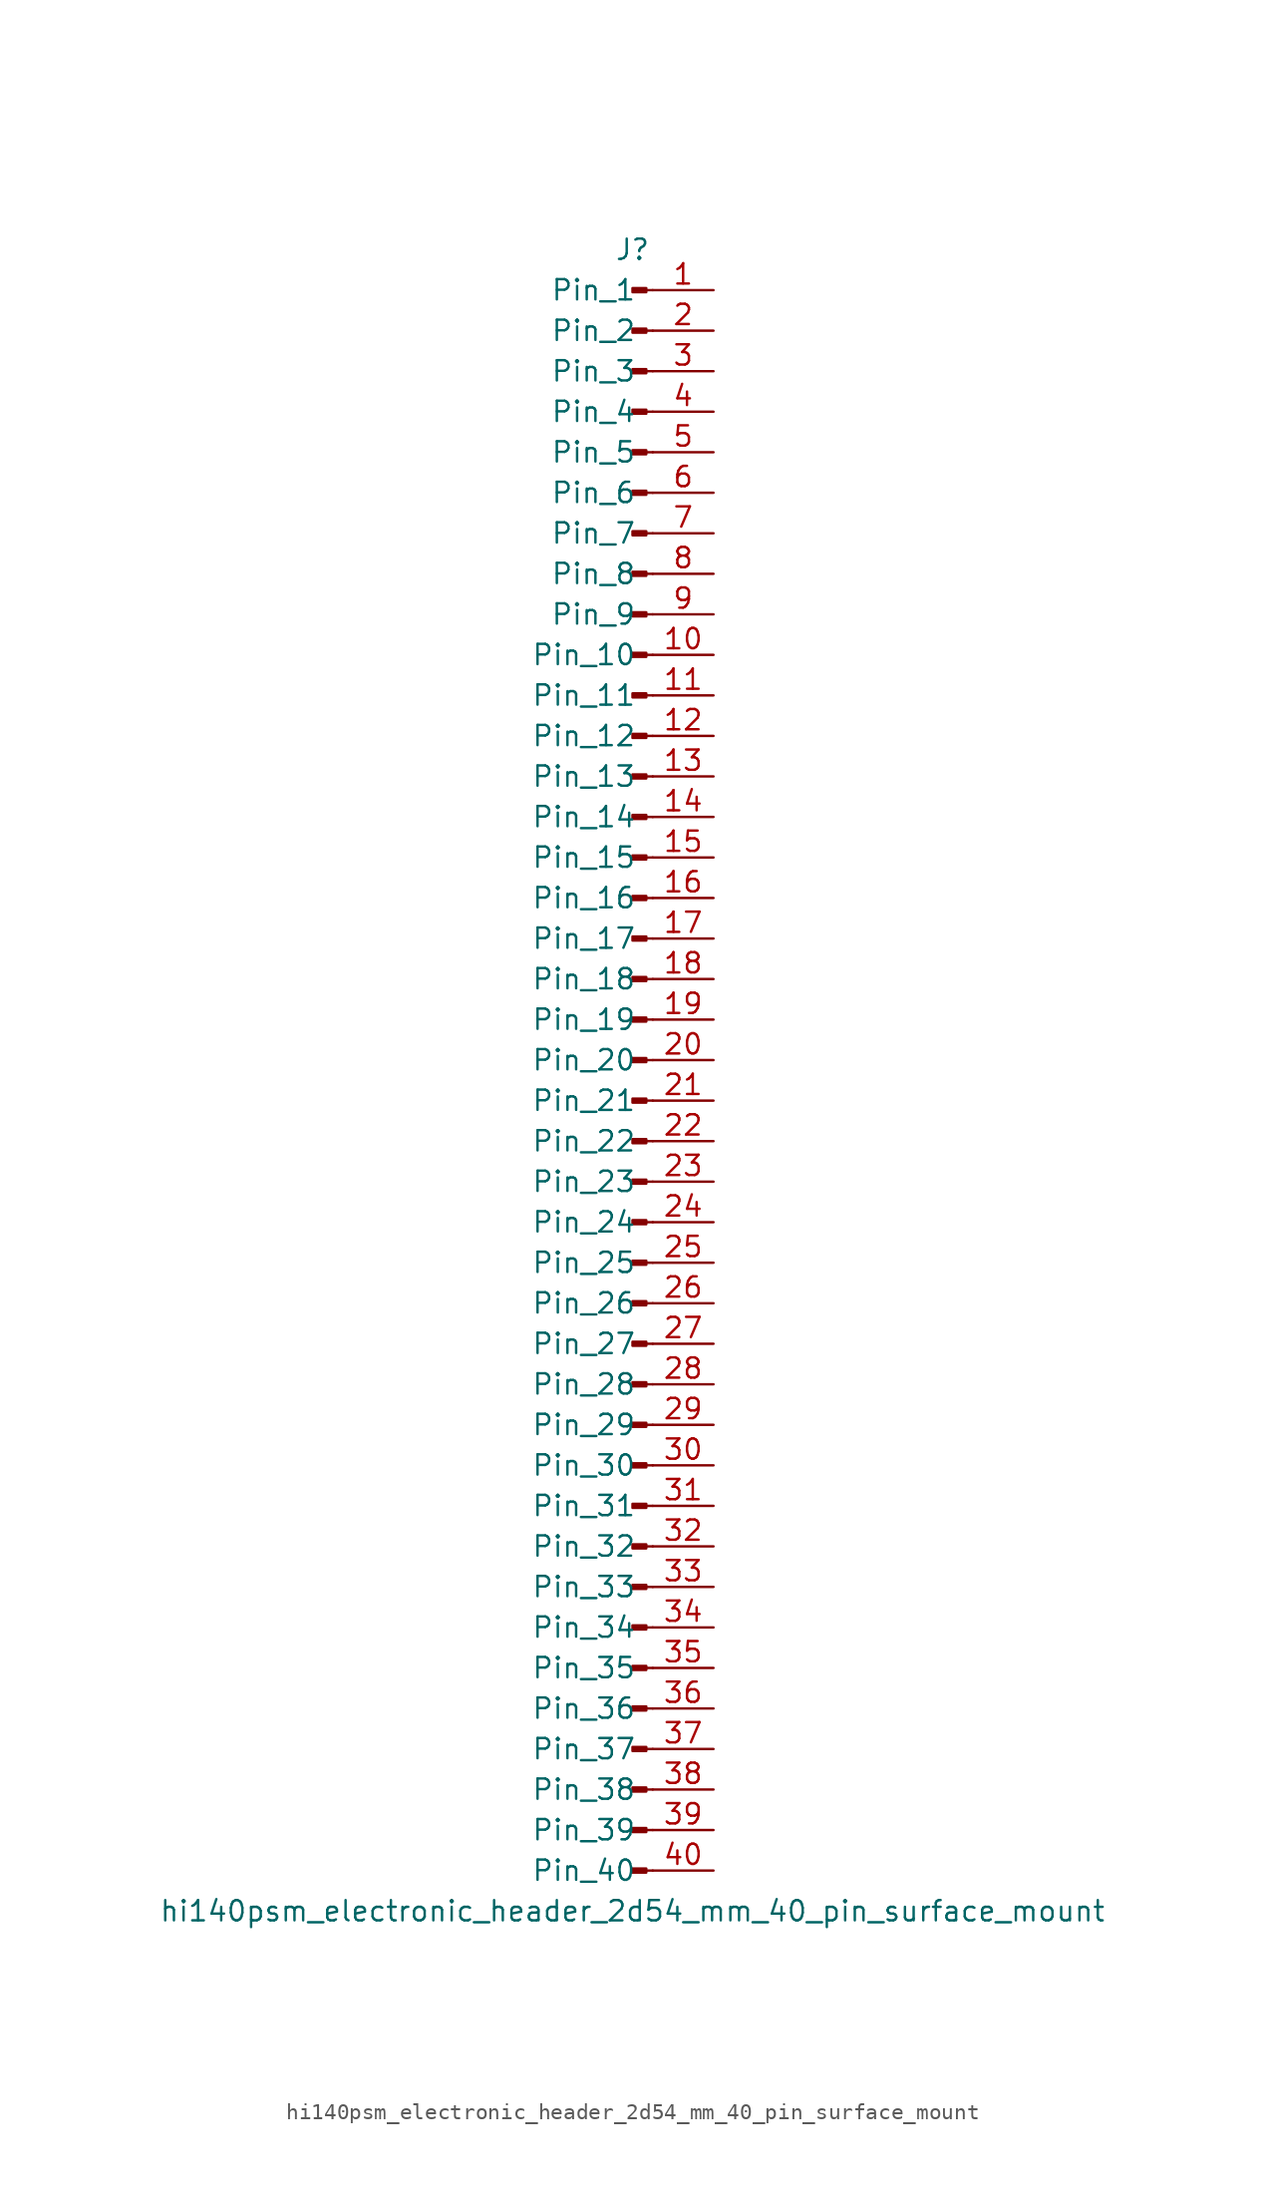
<source format=kicad_sym>
(kicad_symbol_lib
  (version 20220914)
  (generator kicad_symbol_editor)
  (symbol "hi140psm_electronic_header_2d54_mm_40_pin_surface_mount"
    (pin_names
      (offset 1.016))
    (property "Reference" "J"
      (at 0 50.8 0)
      (effects (font (size 1.27 1.27))))
    (property "Value" "hi140psm_electronic_header_2d54_mm_40_pin_surface_mount"
      (at 0 -53.34 0)
      (effects (font (size 1.27 1.27))))
    (property "ki_locked" ""
      (at 0 0 0)
      (effects (font (size 1.27 1.27))))
    (symbol "hi140psm_electronic_header_2d54_mm_40_pin_surface_mount_1_1"
      (polyline (pts (xy 1.27 -50.8) (xy 0.864 -50.8)) (stroke (width 0.152) (type default)) (fill (type none)))
      (polyline (pts (xy 1.27 -48.26) (xy 0.864 -48.26)) (stroke (width 0.152) (type default)) (fill (type none)))
      (polyline (pts (xy 1.27 -45.72) (xy 0.864 -45.72)) (stroke (width 0.152) (type default)) (fill (type none)))
      (polyline (pts (xy 1.27 -43.18) (xy 0.864 -43.18)) (stroke (width 0.152) (type default)) (fill (type none)))
      (polyline (pts (xy 1.27 -40.64) (xy 0.864 -40.64)) (stroke (width 0.152) (type default)) (fill (type none)))
      (polyline (pts (xy 1.27 -38.1) (xy 0.864 -38.1)) (stroke (width 0.152) (type default)) (fill (type none)))
      (polyline (pts (xy 1.27 -35.56) (xy 0.864 -35.56)) (stroke (width 0.152) (type default)) (fill (type none)))
      (polyline (pts (xy 1.27 -33.02) (xy 0.864 -33.02)) (stroke (width 0.152) (type default)) (fill (type none)))
      (polyline (pts (xy 1.27 -30.48) (xy 0.864 -30.48)) (stroke (width 0.152) (type default)) (fill (type none)))
      (polyline (pts (xy 1.27 -27.94) (xy 0.864 -27.94)) (stroke (width 0.152) (type default)) (fill (type none)))
      (polyline (pts (xy 1.27 -25.4) (xy 0.864 -25.4)) (stroke (width 0.152) (type default)) (fill (type none)))
      (polyline (pts (xy 1.27 -22.86) (xy 0.864 -22.86)) (stroke (width 0.152) (type default)) (fill (type none)))
      (polyline (pts (xy 1.27 -20.32) (xy 0.864 -20.32)) (stroke (width 0.152) (type default)) (fill (type none)))
      (polyline (pts (xy 1.27 -17.78) (xy 0.864 -17.78)) (stroke (width 0.152) (type default)) (fill (type none)))
      (polyline (pts (xy 1.27 -15.24) (xy 0.864 -15.24)) (stroke (width 0.152) (type default)) (fill (type none)))
      (polyline (pts (xy 1.27 -12.7) (xy 0.864 -12.7)) (stroke (width 0.152) (type default)) (fill (type none)))
      (polyline (pts (xy 1.27 -10.16) (xy 0.864 -10.16)) (stroke (width 0.152) (type default)) (fill (type none)))
      (polyline (pts (xy 1.27 -7.62) (xy 0.864 -7.62)) (stroke (width 0.152) (type default)) (fill (type none)))
      (polyline (pts (xy 1.27 -5.08) (xy 0.864 -5.08)) (stroke (width 0.152) (type default)) (fill (type none)))
      (polyline (pts (xy 1.27 -2.54) (xy 0.864 -2.54)) (stroke (width 0.152) (type default)) (fill (type none)))
      (polyline (pts (xy 1.27 0) (xy 0.864 0)) (stroke (width 0.152) (type default)) (fill (type none)))
      (polyline (pts (xy 1.27 2.54) (xy 0.864 2.54)) (stroke (width 0.152) (type default)) (fill (type none)))
      (polyline (pts (xy 1.27 5.08) (xy 0.864 5.08)) (stroke (width 0.152) (type default)) (fill (type none)))
      (polyline (pts (xy 1.27 7.62) (xy 0.864 7.62)) (stroke (width 0.152) (type default)) (fill (type none)))
      (polyline (pts (xy 1.27 10.16) (xy 0.864 10.16)) (stroke (width 0.152) (type default)) (fill (type none)))
      (polyline (pts (xy 1.27 12.7) (xy 0.864 12.7)) (stroke (width 0.152) (type default)) (fill (type none)))
      (polyline (pts (xy 1.27 15.24) (xy 0.864 15.24)) (stroke (width 0.152) (type default)) (fill (type none)))
      (polyline (pts (xy 1.27 17.78) (xy 0.864 17.78)) (stroke (width 0.152) (type default)) (fill (type none)))
      (polyline (pts (xy 1.27 20.32) (xy 0.864 20.32)) (stroke (width 0.152) (type default)) (fill (type none)))
      (polyline (pts (xy 1.27 22.86) (xy 0.864 22.86)) (stroke (width 0.152) (type default)) (fill (type none)))
      (polyline (pts (xy 1.27 25.4) (xy 0.864 25.4)) (stroke (width 0.152) (type default)) (fill (type none)))
      (polyline (pts (xy 1.27 27.94) (xy 0.864 27.94)) (stroke (width 0.152) (type default)) (fill (type none)))
      (polyline (pts (xy 1.27 30.48) (xy 0.864 30.48)) (stroke (width 0.152) (type default)) (fill (type none)))
      (polyline (pts (xy 1.27 33.02) (xy 0.864 33.02)) (stroke (width 0.152) (type default)) (fill (type none)))
      (polyline (pts (xy 1.27 35.56) (xy 0.864 35.56)) (stroke (width 0.152) (type default)) (fill (type none)))
      (polyline (pts (xy 1.27 38.1) (xy 0.864 38.1)) (stroke (width 0.152) (type default)) (fill (type none)))
      (polyline (pts (xy 1.27 40.64) (xy 0.864 40.64)) (stroke (width 0.152) (type default)) (fill (type none)))
      (polyline (pts (xy 1.27 43.18) (xy 0.864 43.18)) (stroke (width 0.152) (type default)) (fill (type none)))
      (polyline (pts (xy 1.27 45.72) (xy 0.864 45.72)) (stroke (width 0.152) (type default)) (fill (type none)))
      (polyline (pts (xy 1.27 48.26) (xy 0.864 48.26)) (stroke (width 0.152) (type default)) (fill (type none)))
      (rectangle (start 0.864 -50.673) (end 0 -50.927) (stroke (width 0.152) (type default)) (fill (type outline)))
      (rectangle (start 0.864 -48.133) (end 0 -48.387) (stroke (width 0.152) (type default)) (fill (type outline)))
      (rectangle (start 0.864 -45.593) (end 0 -45.847) (stroke (width 0.152) (type default)) (fill (type outline)))
      (rectangle (start 0.864 -43.053) (end 0 -43.307) (stroke (width 0.152) (type default)) (fill (type outline)))
      (rectangle (start 0.864 -40.513) (end 0 -40.767) (stroke (width 0.152) (type default)) (fill (type outline)))
      (rectangle (start 0.864 -37.973) (end 0 -38.227) (stroke (width 0.152) (type default)) (fill (type outline)))
      (rectangle (start 0.864 -35.433) (end 0 -35.687) (stroke (width 0.152) (type default)) (fill (type outline)))
      (rectangle (start 0.864 -32.893) (end 0 -33.147) (stroke (width 0.152) (type default)) (fill (type outline)))
      (rectangle (start 0.864 -30.353) (end 0 -30.607) (stroke (width 0.152) (type default)) (fill (type outline)))
      (rectangle (start 0.864 -27.813) (end 0 -28.067) (stroke (width 0.152) (type default)) (fill (type outline)))
      (rectangle (start 0.864 -25.273) (end 0 -25.527) (stroke (width 0.152) (type default)) (fill (type outline)))
      (rectangle (start 0.864 -22.733) (end 0 -22.987) (stroke (width 0.152) (type default)) (fill (type outline)))
      (rectangle (start 0.864 -20.193) (end 0 -20.447) (stroke (width 0.152) (type default)) (fill (type outline)))
      (rectangle (start 0.864 -17.653) (end 0 -17.907) (stroke (width 0.152) (type default)) (fill (type outline)))
      (rectangle (start 0.864 -15.113) (end 0 -15.367) (stroke (width 0.152) (type default)) (fill (type outline)))
      (rectangle (start 0.864 -12.573) (end 0 -12.827) (stroke (width 0.152) (type default)) (fill (type outline)))
      (rectangle (start 0.864 -10.033) (end 0 -10.287) (stroke (width 0.152) (type default)) (fill (type outline)))
      (rectangle (start 0.864 -7.493) (end 0 -7.747) (stroke (width 0.152) (type default)) (fill (type outline)))
      (rectangle (start 0.864 -4.953) (end 0 -5.207) (stroke (width 0.152) (type default)) (fill (type outline)))
      (rectangle (start 0.864 -2.413) (end 0 -2.667) (stroke (width 0.152) (type default)) (fill (type outline)))
      (rectangle (start 0.864 0.127) (end 0 -0.127) (stroke (width 0.152) (type default)) (fill (type outline)))
      (rectangle (start 0.864 2.667) (end 0 2.413) (stroke (width 0.152) (type default)) (fill (type outline)))
      (rectangle (start 0.864 5.207) (end 0 4.953) (stroke (width 0.152) (type default)) (fill (type outline)))
      (rectangle (start 0.864 7.747) (end 0 7.493) (stroke (width 0.152) (type default)) (fill (type outline)))
      (rectangle (start 0.864 10.287) (end 0 10.033) (stroke (width 0.152) (type default)) (fill (type outline)))
      (rectangle (start 0.864 12.827) (end 0 12.573) (stroke (width 0.152) (type default)) (fill (type outline)))
      (rectangle (start 0.864 15.367) (end 0 15.113) (stroke (width 0.152) (type default)) (fill (type outline)))
      (rectangle (start 0.864 17.907) (end 0 17.653) (stroke (width 0.152) (type default)) (fill (type outline)))
      (rectangle (start 0.864 20.447) (end 0 20.193) (stroke (width 0.152) (type default)) (fill (type outline)))
      (rectangle (start 0.864 22.987) (end 0 22.733) (stroke (width 0.152) (type default)) (fill (type outline)))
      (rectangle (start 0.864 25.527) (end 0 25.273) (stroke (width 0.152) (type default)) (fill (type outline)))
      (rectangle (start 0.864 28.067) (end 0 27.813) (stroke (width 0.152) (type default)) (fill (type outline)))
      (rectangle (start 0.864 30.607) (end 0 30.353) (stroke (width 0.152) (type default)) (fill (type outline)))
      (rectangle (start 0.864 33.147) (end 0 32.893) (stroke (width 0.152) (type default)) (fill (type outline)))
      (rectangle (start 0.864 35.687) (end 0 35.433) (stroke (width 0.152) (type default)) (fill (type outline)))
      (rectangle (start 0.864 38.227) (end 0 37.973) (stroke (width 0.152) (type default)) (fill (type outline)))
      (rectangle (start 0.864 40.767) (end 0 40.513) (stroke (width 0.152) (type default)) (fill (type outline)))
      (rectangle (start 0.864 43.307) (end 0 43.053) (stroke (width 0.152) (type default)) (fill (type outline)))
      (rectangle (start 0.864 45.847) (end 0 45.593) (stroke (width 0.152) (type default)) (fill (type outline)))
      (rectangle (start 0.864 48.387) (end 0 48.133) (stroke (width 0.152) (type default)) (fill (type outline)))
      (pin passive line (at 5.08 48.26 180) (length 3.81) (name "Pin_1" (effects (font (size 1.27 1.27)))) (number "1" (effects (font (size 1.27 1.27)))))
      (pin passive line (at 5.08 25.4 180) (length 3.81) (name "Pin_10" (effects (font (size 1.27 1.27)))) (number "10" (effects (font (size 1.27 1.27)))))
      (pin passive line (at 5.08 22.86 180) (length 3.81) (name "Pin_11" (effects (font (size 1.27 1.27)))) (number "11" (effects (font (size 1.27 1.27)))))
      (pin passive line (at 5.08 20.32 180) (length 3.81) (name "Pin_12" (effects (font (size 1.27 1.27)))) (number "12" (effects (font (size 1.27 1.27)))))
      (pin passive line (at 5.08 17.78 180) (length 3.81) (name "Pin_13" (effects (font (size 1.27 1.27)))) (number "13" (effects (font (size 1.27 1.27)))))
      (pin passive line (at 5.08 15.24 180) (length 3.81) (name "Pin_14" (effects (font (size 1.27 1.27)))) (number "14" (effects (font (size 1.27 1.27)))))
      (pin passive line (at 5.08 12.7 180) (length 3.81) (name "Pin_15" (effects (font (size 1.27 1.27)))) (number "15" (effects (font (size 1.27 1.27)))))
      (pin passive line (at 5.08 10.16 180) (length 3.81) (name "Pin_16" (effects (font (size 1.27 1.27)))) (number "16" (effects (font (size 1.27 1.27)))))
      (pin passive line (at 5.08 7.62 180) (length 3.81) (name "Pin_17" (effects (font (size 1.27 1.27)))) (number "17" (effects (font (size 1.27 1.27)))))
      (pin passive line (at 5.08 5.08 180) (length 3.81) (name "Pin_18" (effects (font (size 1.27 1.27)))) (number "18" (effects (font (size 1.27 1.27)))))
      (pin passive line (at 5.08 2.54 180) (length 3.81) (name "Pin_19" (effects (font (size 1.27 1.27)))) (number "19" (effects (font (size 1.27 1.27)))))
      (pin passive line (at 5.08 45.72 180) (length 3.81) (name "Pin_2" (effects (font (size 1.27 1.27)))) (number "2" (effects (font (size 1.27 1.27)))))
      (pin passive line (at 5.08 0 180) (length 3.81) (name "Pin_20" (effects (font (size 1.27 1.27)))) (number "20" (effects (font (size 1.27 1.27)))))
      (pin passive line (at 5.08 -2.54 180) (length 3.81) (name "Pin_21" (effects (font (size 1.27 1.27)))) (number "21" (effects (font (size 1.27 1.27)))))
      (pin passive line (at 5.08 -5.08 180) (length 3.81) (name "Pin_22" (effects (font (size 1.27 1.27)))) (number "22" (effects (font (size 1.27 1.27)))))
      (pin passive line (at 5.08 -7.62 180) (length 3.81) (name "Pin_23" (effects (font (size 1.27 1.27)))) (number "23" (effects (font (size 1.27 1.27)))))
      (pin passive line (at 5.08 -10.16 180) (length 3.81) (name "Pin_24" (effects (font (size 1.27 1.27)))) (number "24" (effects (font (size 1.27 1.27)))))
      (pin passive line (at 5.08 -12.7 180) (length 3.81) (name "Pin_25" (effects (font (size 1.27 1.27)))) (number "25" (effects (font (size 1.27 1.27)))))
      (pin passive line (at 5.08 -15.24 180) (length 3.81) (name "Pin_26" (effects (font (size 1.27 1.27)))) (number "26" (effects (font (size 1.27 1.27)))))
      (pin passive line (at 5.08 -17.78 180) (length 3.81) (name "Pin_27" (effects (font (size 1.27 1.27)))) (number "27" (effects (font (size 1.27 1.27)))))
      (pin passive line (at 5.08 -20.32 180) (length 3.81) (name "Pin_28" (effects (font (size 1.27 1.27)))) (number "28" (effects (font (size 1.27 1.27)))))
      (pin passive line (at 5.08 -22.86 180) (length 3.81) (name "Pin_29" (effects (font (size 1.27 1.27)))) (number "29" (effects (font (size 1.27 1.27)))))
      (pin passive line (at 5.08 43.18 180) (length 3.81) (name "Pin_3" (effects (font (size 1.27 1.27)))) (number "3" (effects (font (size 1.27 1.27)))))
      (pin passive line (at 5.08 -25.4 180) (length 3.81) (name "Pin_30" (effects (font (size 1.27 1.27)))) (number "30" (effects (font (size 1.27 1.27)))))
      (pin passive line (at 5.08 -27.94 180) (length 3.81) (name "Pin_31" (effects (font (size 1.27 1.27)))) (number "31" (effects (font (size 1.27 1.27)))))
      (pin passive line (at 5.08 -30.48 180) (length 3.81) (name "Pin_32" (effects (font (size 1.27 1.27)))) (number "32" (effects (font (size 1.27 1.27)))))
      (pin passive line (at 5.08 -33.02 180) (length 3.81) (name "Pin_33" (effects (font (size 1.27 1.27)))) (number "33" (effects (font (size 1.27 1.27)))))
      (pin passive line (at 5.08 -35.56 180) (length 3.81) (name "Pin_34" (effects (font (size 1.27 1.27)))) (number "34" (effects (font (size 1.27 1.27)))))
      (pin passive line (at 5.08 -38.1 180) (length 3.81) (name "Pin_35" (effects (font (size 1.27 1.27)))) (number "35" (effects (font (size 1.27 1.27)))))
      (pin passive line (at 5.08 -40.64 180) (length 3.81) (name "Pin_36" (effects (font (size 1.27 1.27)))) (number "36" (effects (font (size 1.27 1.27)))))
      (pin passive line (at 5.08 -43.18 180) (length 3.81) (name "Pin_37" (effects (font (size 1.27 1.27)))) (number "37" (effects (font (size 1.27 1.27)))))
      (pin passive line (at 5.08 -45.72 180) (length 3.81) (name "Pin_38" (effects (font (size 1.27 1.27)))) (number "38" (effects (font (size 1.27 1.27)))))
      (pin passive line (at 5.08 -48.26 180) (length 3.81) (name "Pin_39" (effects (font (size 1.27 1.27)))) (number "39" (effects (font (size 1.27 1.27)))))
      (pin passive line (at 5.08 40.64 180) (length 3.81) (name "Pin_4" (effects (font (size 1.27 1.27)))) (number "4" (effects (font (size 1.27 1.27)))))
      (pin passive line (at 5.08 -50.8 180) (length 3.81) (name "Pin_40" (effects (font (size 1.27 1.27)))) (number "40" (effects (font (size 1.27 1.27)))))
      (pin passive line (at 5.08 38.1 180) (length 3.81) (name "Pin_5" (effects (font (size 1.27 1.27)))) (number "5" (effects (font (size 1.27 1.27)))))
      (pin passive line (at 5.08 35.56 180) (length 3.81) (name "Pin_6" (effects (font (size 1.27 1.27)))) (number "6" (effects (font (size 1.27 1.27)))))
      (pin passive line (at 5.08 33.02 180) (length 3.81) (name "Pin_7" (effects (font (size 1.27 1.27)))) (number "7" (effects (font (size 1.27 1.27)))))
      (pin passive line (at 5.08 30.48 180) (length 3.81) (name "Pin_8" (effects (font (size 1.27 1.27)))) (number "8" (effects (font (size 1.27 1.27)))))
      (pin passive line (at 5.08 27.94 180) (length 3.81) (name "Pin_9" (effects (font (size 1.27 1.27)))) (number "9" (effects (font (size 1.27 1.27))))))))
</source>
